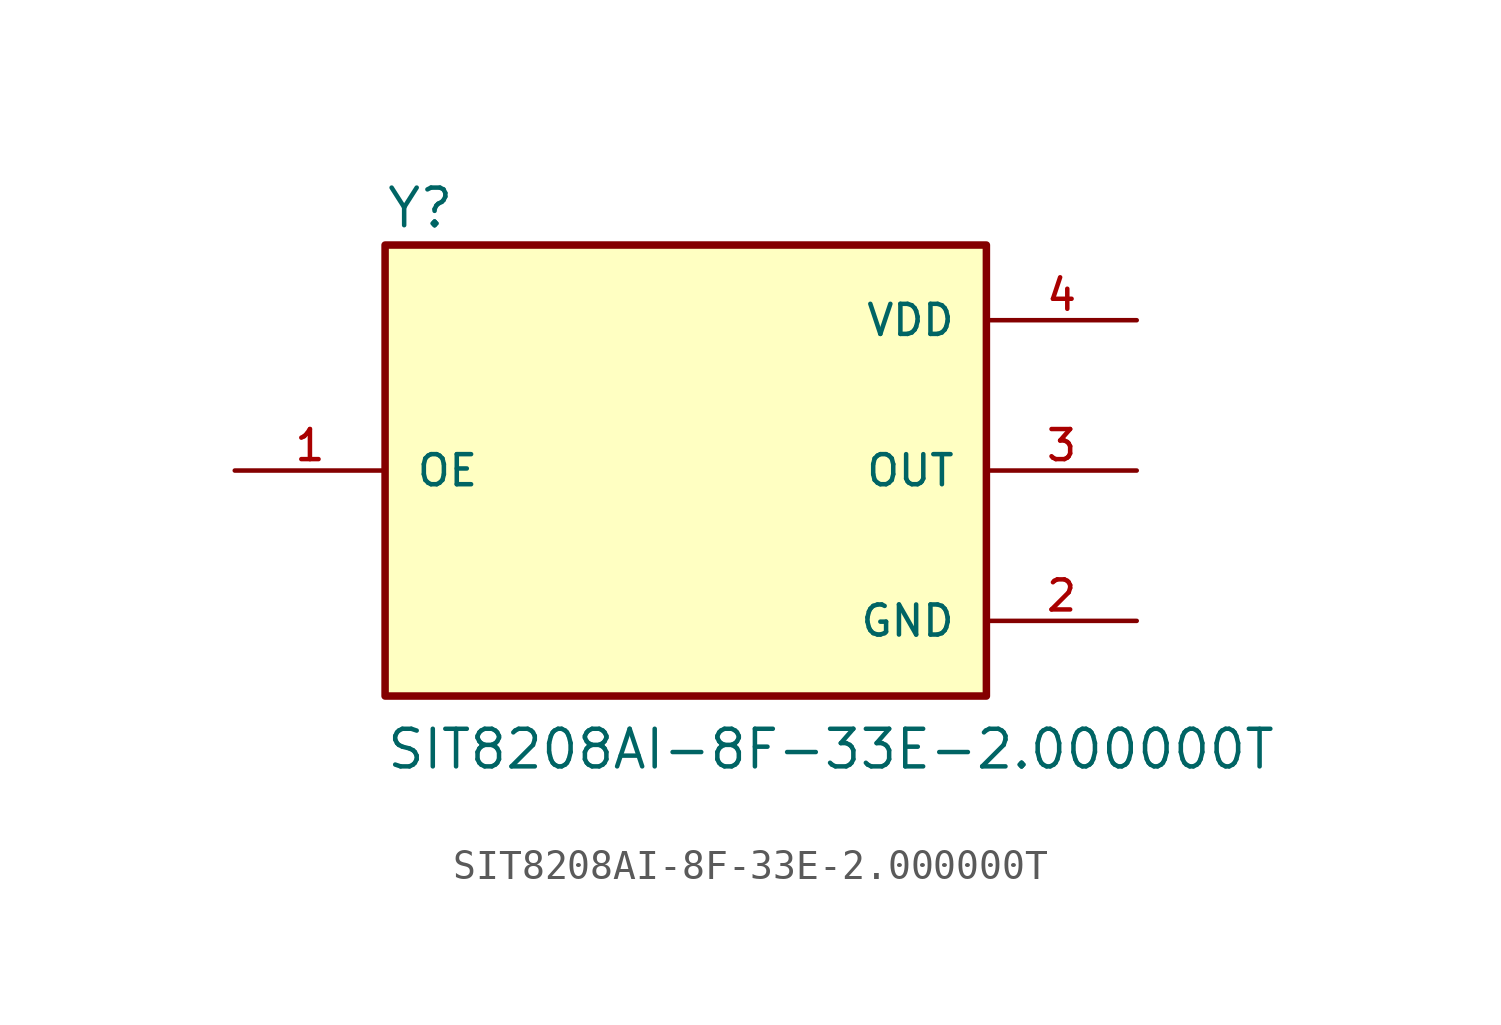
<source format=kicad_sym>
(kicad_symbol_lib
  (version 20211014)
  (generator kicad_symbol_editor)
  (symbol "SIT8208AI-8F-33E-2.000000T"
    (pin_names
      (offset 1.016))
    (property "Reference" "Y"
      (at -10.16 8.128 0)
      (effects (font (size 1.27 1.27)) (justify bottom left)))
    (property "Value" "SIT8208AI-8F-33E-2.000000T"
      (at -10.16 -10.16 0)
      (effects (font (size 1.27 1.27)) (justify bottom left)))
    (symbol "SIT8208AI-8F-33E-2.000000T_0_0"
      (rectangle (start -10.16 -7.62) (end 10.16 7.62) (stroke (width 0.254)) (fill (type background)))
      (pin power_in line (at 15.24 5.08 180.0) (length 5.08) (name "VDD" (effects (font (size 1.016 1.016)))) (number "4" (effects (font (size 1.016 1.016)))))
      (pin power_in line (at 15.24 -5.08 180.0) (length 5.08) (name "GND" (effects (font (size 1.016 1.016)))) (number "2" (effects (font (size 1.016 1.016)))))
      (pin output line (at 15.24 0.0 180.0) (length 5.08) (name "OUT" (effects (font (size 1.016 1.016)))) (number "3" (effects (font (size 1.016 1.016)))))
      (pin input line (at -15.24 0.0 0) (length 5.08) (name "OE" (effects (font (size 1.016 1.016)))) (number "1" (effects (font (size 1.016 1.016))))))))
</source>
